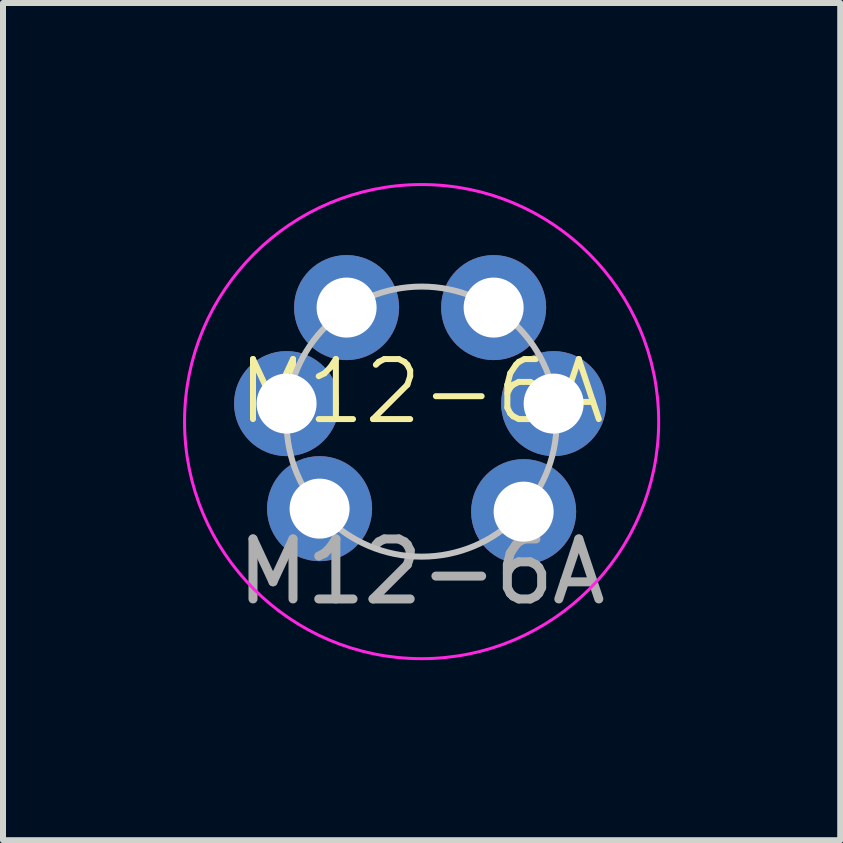
<source format=kicad_pcb>
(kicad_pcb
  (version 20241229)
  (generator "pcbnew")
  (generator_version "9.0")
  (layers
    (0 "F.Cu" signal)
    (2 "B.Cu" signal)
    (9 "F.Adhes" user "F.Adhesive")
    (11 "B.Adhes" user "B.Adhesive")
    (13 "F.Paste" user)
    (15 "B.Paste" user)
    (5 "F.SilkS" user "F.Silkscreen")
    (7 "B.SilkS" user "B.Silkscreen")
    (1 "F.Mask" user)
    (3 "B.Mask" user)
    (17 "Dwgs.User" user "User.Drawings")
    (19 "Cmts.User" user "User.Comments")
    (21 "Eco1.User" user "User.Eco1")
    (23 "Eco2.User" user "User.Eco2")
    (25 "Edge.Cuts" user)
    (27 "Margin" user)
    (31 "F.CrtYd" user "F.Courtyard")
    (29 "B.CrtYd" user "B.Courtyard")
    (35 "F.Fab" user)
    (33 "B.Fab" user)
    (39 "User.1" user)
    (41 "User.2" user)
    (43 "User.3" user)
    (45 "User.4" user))
  (footprint "M12-6A"
    (layer "F.Cu")
    (at 3.975 3.975)
    (property "Reference" "M12-6A" (at 0 -0.5 0) (unlocked yes) (layer "F.SilkS") (effects (font (size 1 1) (thickness 0.1))))
    (attr through_hole)
    (fp_circle (center 0 0) (end 0 -2.25) (stroke (width 0.1) (type default)) (fill no) (layer "Dwgs.User"))
    (fp_circle (center 0 0) (end 0 -3.95) (stroke (width 0.05) (type default)) (fill no) (layer "F.CrtYd"))
    (fp_text user "${REFERENCE}" (at 0 2.5 0) (unlocked yes) (layer "F.Fab") (effects (font (size 1 1) (thickness 0.15))))
    (pad "1" thru_hole circle (at -1.25 -1.9) (size 1.75 1.75) (drill 1) (layers "*.Cu" "*.Mask"))
    (pad "2" thru_hole circle (at 1.2 -1.9) (size 1.75 1.75) (drill 1) (layers "*.Cu" "*.Mask"))
    (pad "3" thru_hole circle (at 2.2 -0.3) (size 1.75 1.75) (drill 1) (layers "*.Cu" "*.Mask"))
    (pad "4" thru_hole circle (at 1.7 1.5) (size 1.75 1.75) (drill 1) (layers "*.Cu" "*.Mask"))
    (pad "5" thru_hole circle (at -1.7 1.45) (size 1.75 1.75) (drill 1) (layers "*.Cu" "*.Mask"))
    (pad "6" thru_hole circle (at -2.25 -0.3) (size 1.75 1.75) (drill 1) (layers "*.Cu" "*.Mask")))
  (gr_rect
    (start -3 -3)
    (end 10.95 10.95)
    (stroke (width 0.1) (type default))
    (fill no)
    (layer "Edge.Cuts")))
</source>
